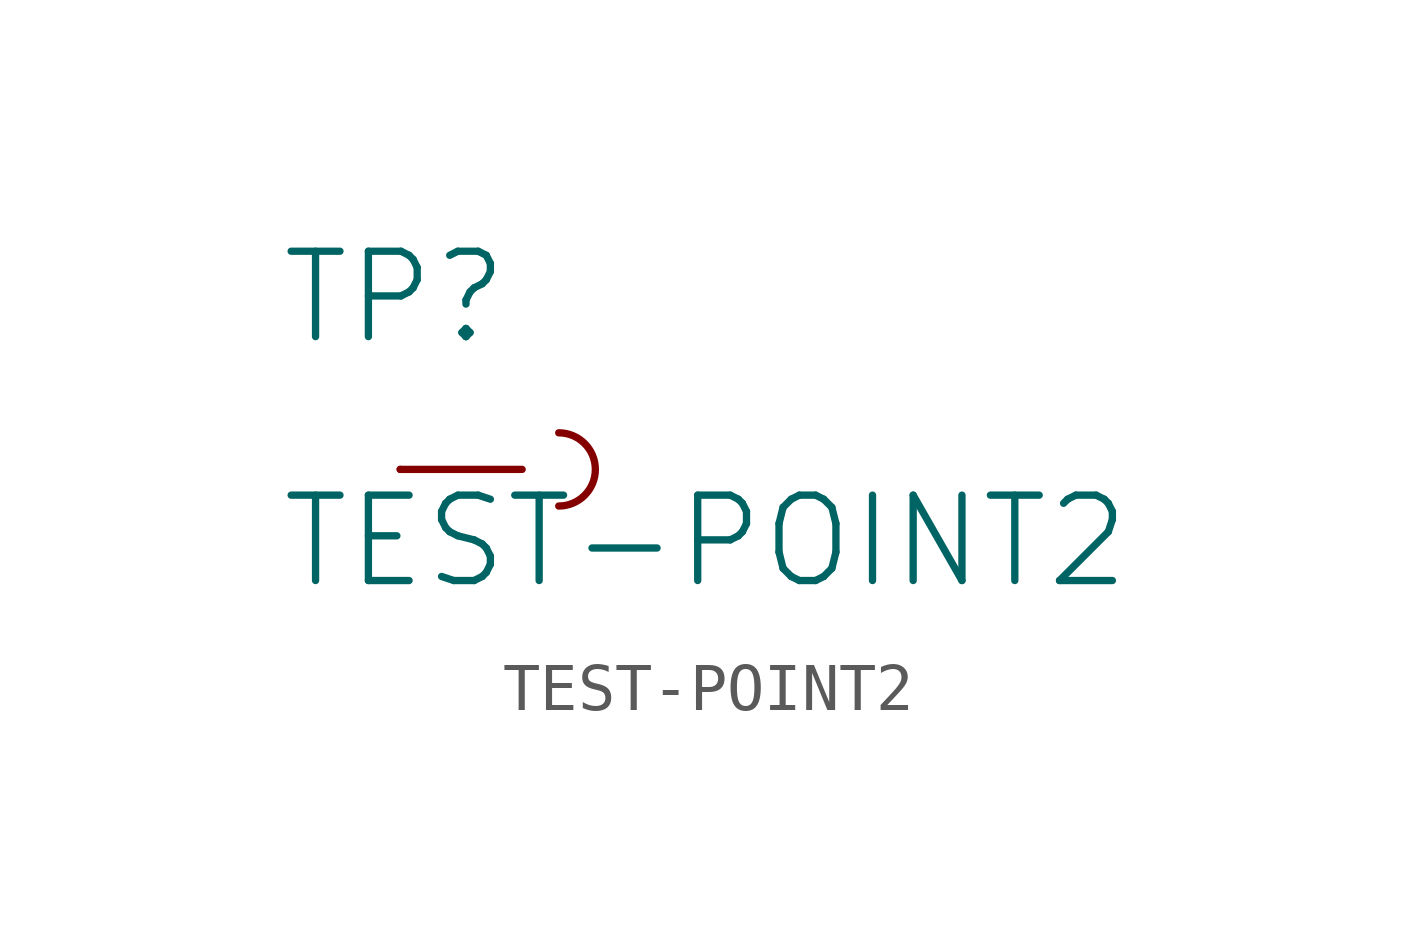
<source format=kicad_sym>
(kicad_symbol_lib
  (version 20211014)
  (generator kicad_symbol_editor)
  (symbol "TEST-POINT2"
    (property "Reference" "TP"
      (at -2.54 2.54 0)
      (effects (font (size 1.778 1.778)) (justify left bottom)))
    (property "Value" "TEST-POINT2"
      (at -2.54 -2.54 0)
      (effects (font (size 1.778 1.778)) (justify left bottom)))
    (property "ki_locked" ""
      (at 0 0 0)
      (effects (font (size 1.27 1.27))))
    (symbol "TEST-POINT2_1_0"
      (polyline (pts (xy 2.54 0) (xy 0 0)) (stroke (width 0.152) (type default) (color 0 0 0 0)) (fill (type none)))
      (arc (start 3.302 -0.762) (mid 4.064 0) (end 3.302 0.762) (stroke (width 0.1524) (type default) (color 0 0 0 0)) (fill (type none)))
      (pin bidirectional line (at 0 0 180) (length 0) (name "1" (effects (font (size 0 0)))) (number "P$1" (effects (font (size 0 0))))))))
</source>
